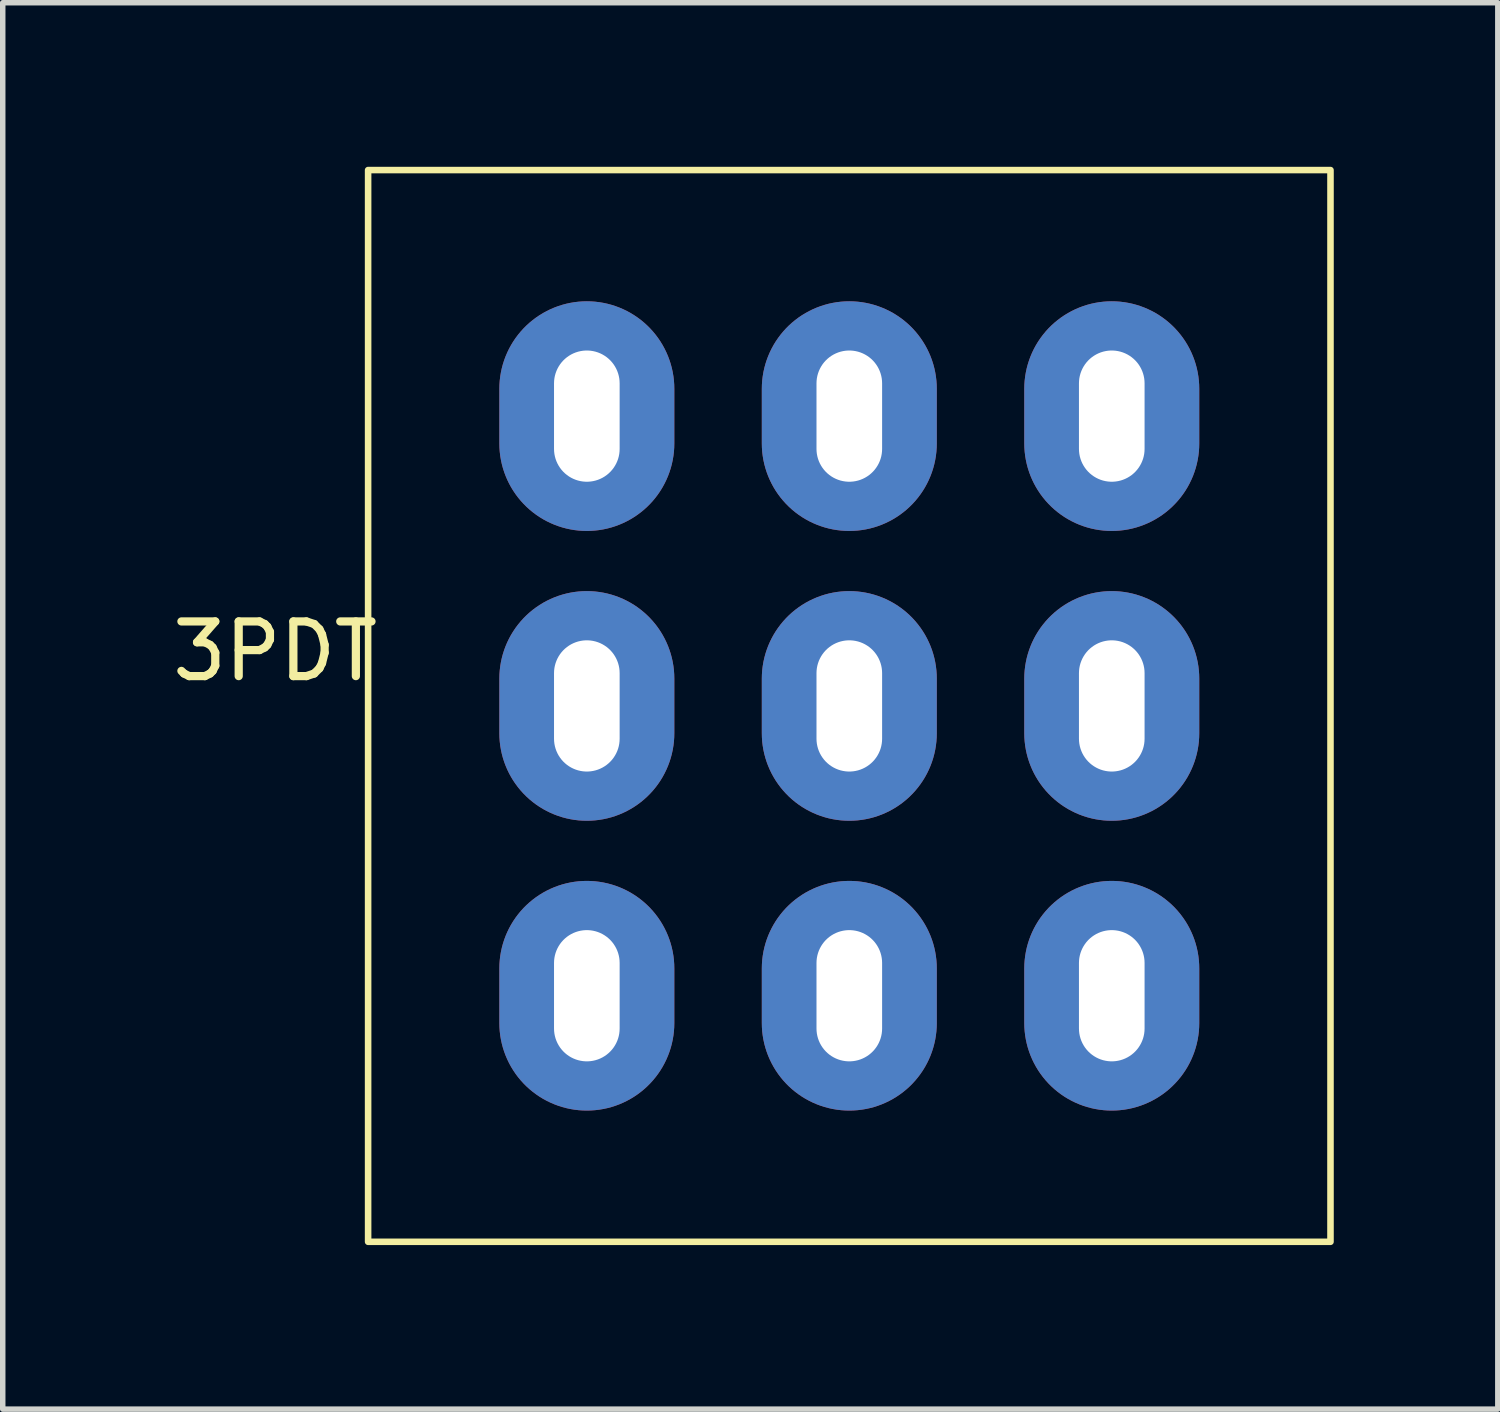
<source format=kicad_pcb>
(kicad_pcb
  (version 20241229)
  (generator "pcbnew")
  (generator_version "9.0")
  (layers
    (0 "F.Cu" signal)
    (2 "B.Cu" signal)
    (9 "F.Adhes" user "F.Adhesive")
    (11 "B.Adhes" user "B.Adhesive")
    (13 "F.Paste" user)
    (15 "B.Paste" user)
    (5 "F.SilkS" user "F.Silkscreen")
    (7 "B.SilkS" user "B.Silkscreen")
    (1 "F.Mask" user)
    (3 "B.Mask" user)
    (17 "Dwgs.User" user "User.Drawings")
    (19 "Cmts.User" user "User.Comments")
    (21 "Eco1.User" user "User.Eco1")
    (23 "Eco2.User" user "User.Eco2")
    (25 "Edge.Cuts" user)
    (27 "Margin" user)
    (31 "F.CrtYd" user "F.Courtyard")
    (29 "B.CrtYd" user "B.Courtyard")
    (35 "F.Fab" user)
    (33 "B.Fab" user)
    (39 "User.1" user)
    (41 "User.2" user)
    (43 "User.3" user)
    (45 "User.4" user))
  (footprint "3PDT"
    (layer "F.Cu")
    (at 12.482 9.86)
    (property "Reference" "3PDT" (at -10.5 -1 0) (unlocked yes) (layer "F.SilkS") (effects (font (size 1 1) (thickness 0.15))))
    (fp_rect (start -8.8 -9.8) (end 8.8 9.8) (stroke (width 0.12) (type solid)) (fill no) (layer "F.SilkS"))
    (pad "1" thru_hole oval (at -4.8 -5.3 180) (size 3.2 4.2) (drill oval 1.2 2.4) (layers "*.Cu" "*.Mask"))
    (pad "2" thru_hole oval (at 0 -5.3) (size 3.2 4.2) (drill oval 1.2 2.4) (layers "*.Cu" "*.Mask"))
    (pad "3" thru_hole oval (at 4.8 -5.3) (size 3.2 4.2) (drill oval 1.2 2.4) (layers "*.Cu" "*.Mask"))
    (pad "4" thru_hole oval (at -4.8 0) (size 3.2 4.2) (drill oval 1.2 2.4) (layers "*.Cu" "*.Mask"))
    (pad "5" thru_hole oval (at 0 0) (size 3.2 4.2) (drill oval 1.2 2.4) (layers "*.Cu" "*.Mask"))
    (pad "6" thru_hole oval (at 4.8 0) (size 3.2 4.2) (drill oval 1.2 2.4) (layers "*.Cu" "*.Mask"))
    (pad "7" thru_hole oval (at -4.8 5.3) (size 3.2 4.2) (drill oval 1.2 2.4) (layers "*.Cu" "*.Mask"))
    (pad "8" thru_hole oval (at 0 5.3) (size 3.2 4.2) (drill oval 1.2 2.4) (layers "*.Cu" "*.Mask"))
    (pad "9" thru_hole oval (at 4.8 5.3) (size 3.2 4.2) (drill oval 1.2 2.4) (layers "*.Cu" "*.Mask")))
  (gr_rect
    (start -3 -3)
    (end 24.342 22.72)
    (stroke (width 0.1) (type default))
    (fill no)
    (layer "Edge.Cuts")))
</source>
